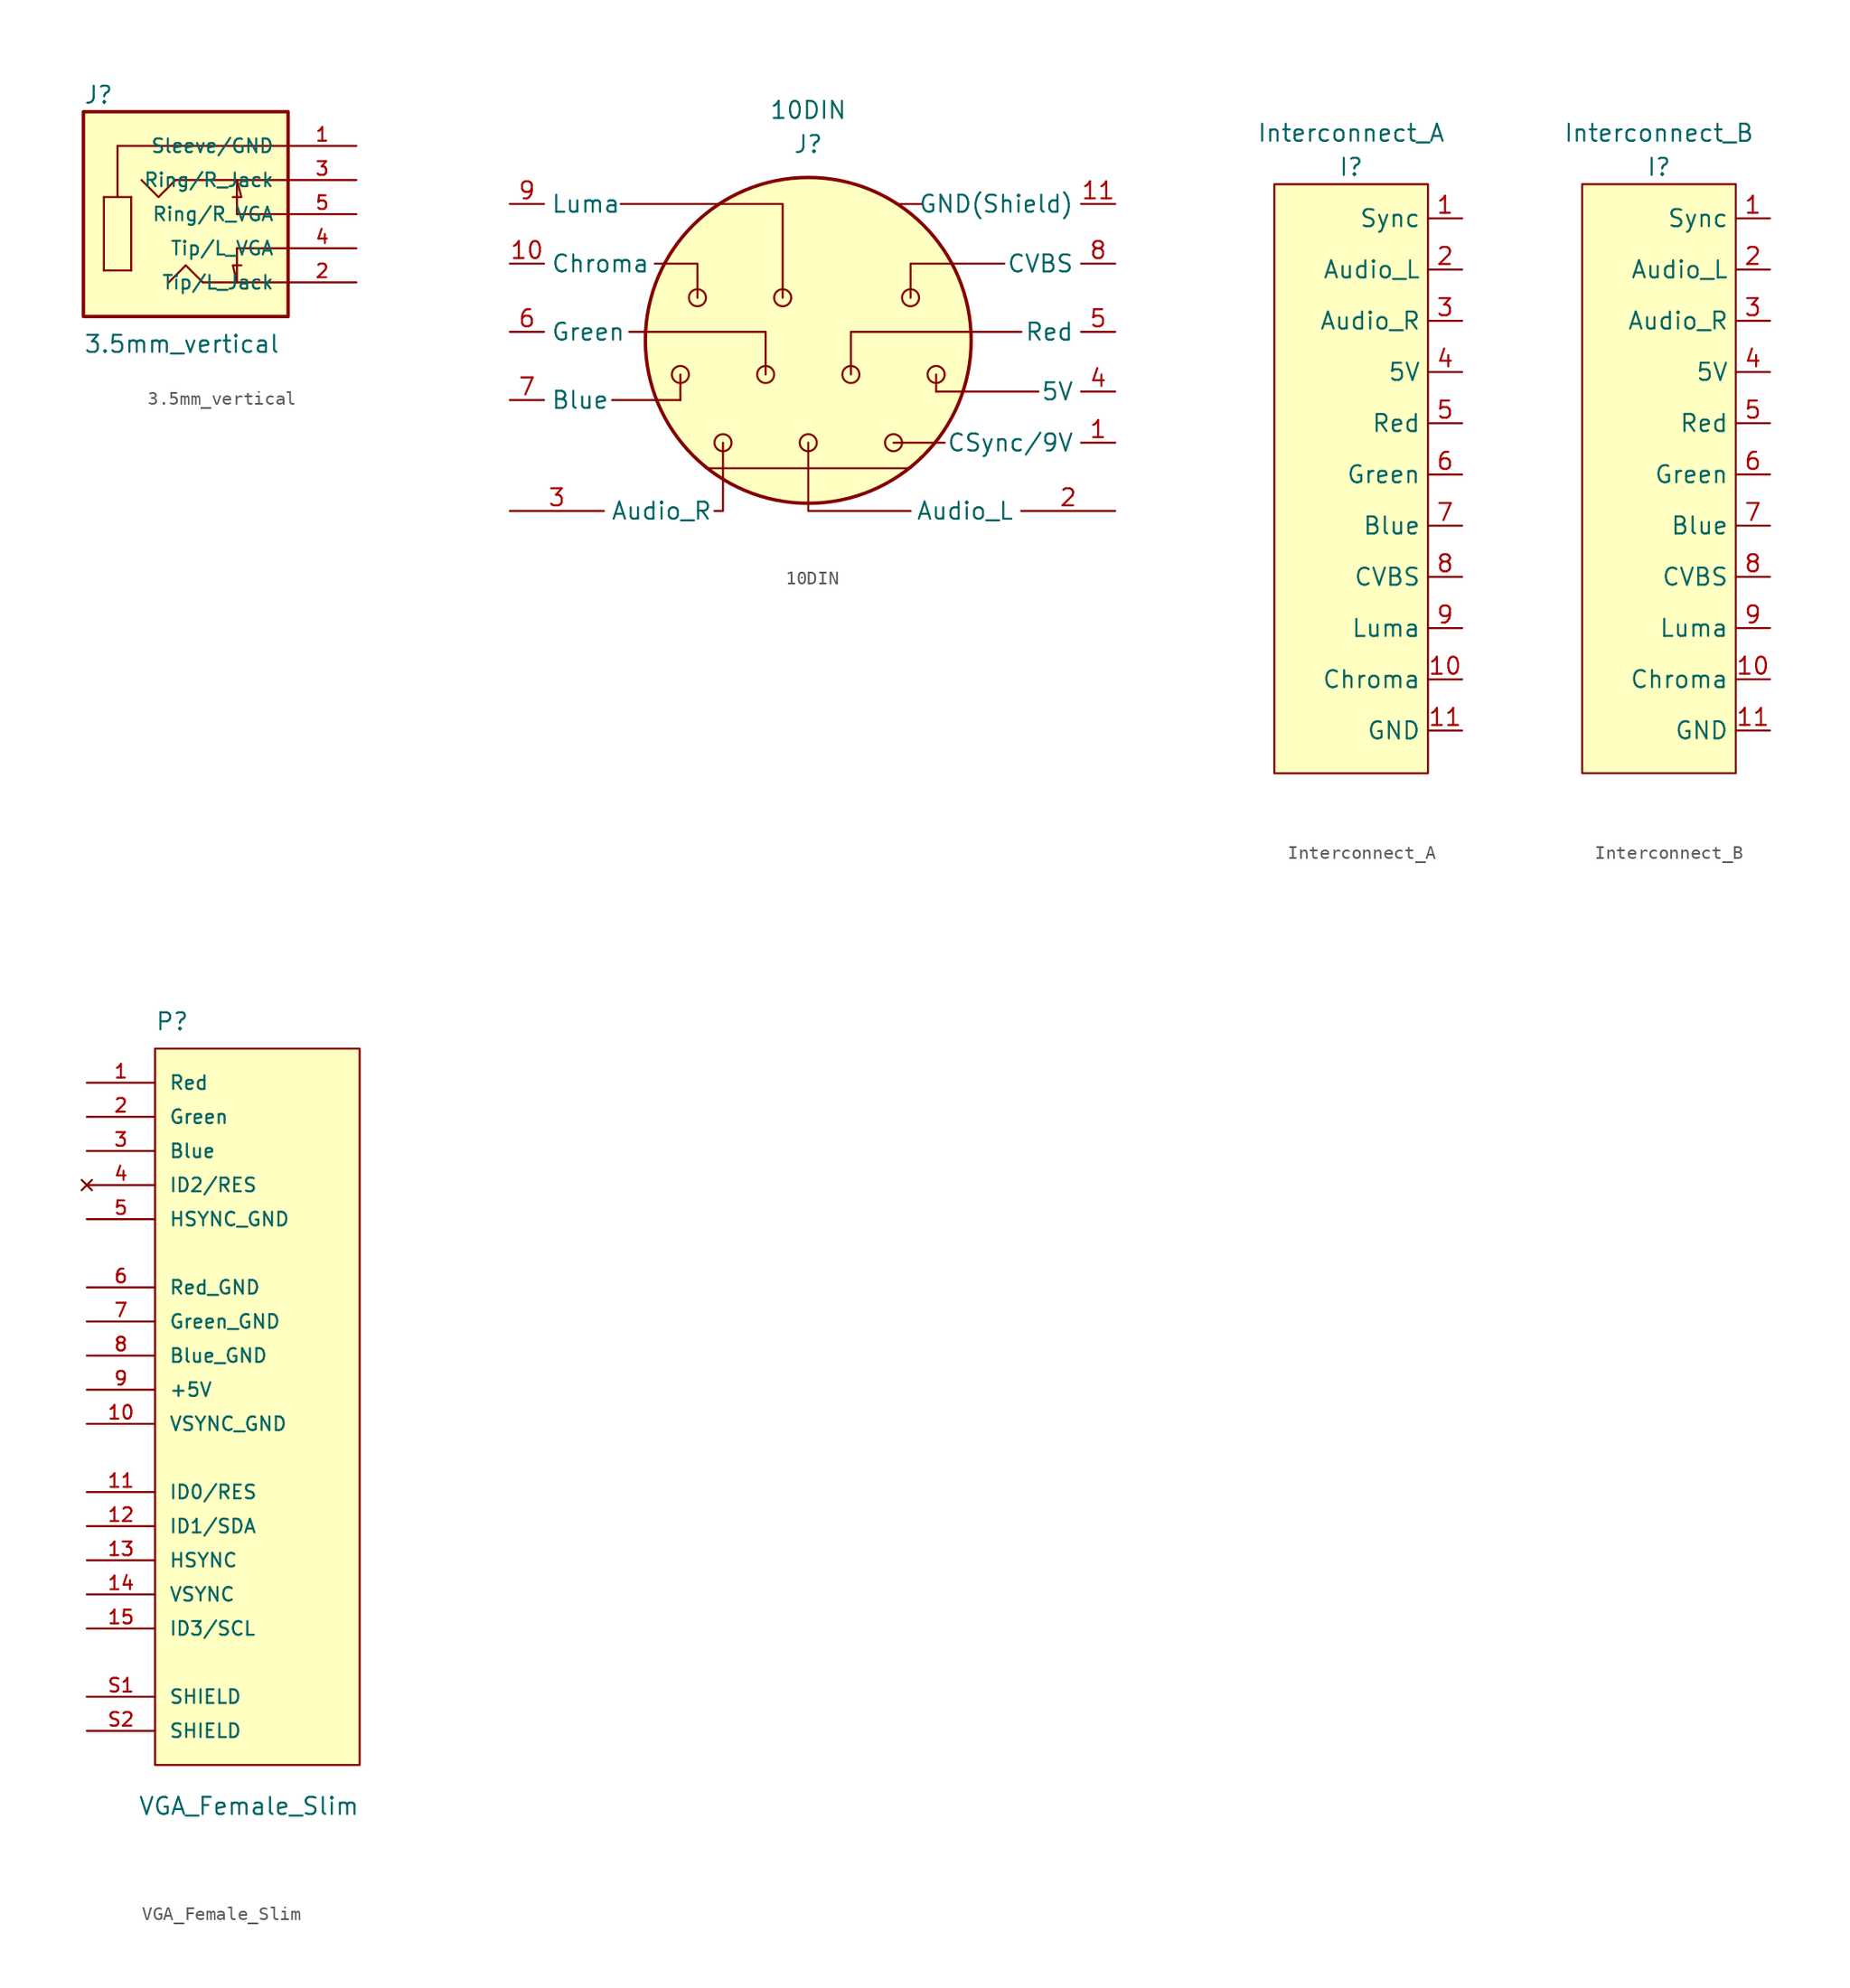
<source format=kicad_sym>
(kicad_symbol_lib
  (version 20211014)
  (generator kicad_symbol_editor)
  (symbol "3.5mm_vertical"
    (pin_names
      (offset 1.016))
    (property "Reference" "J"
      (at -7.62 8.128 0)
      (effects (font (size 1.27 1.27)) (justify left bottom)))
    (property "Value" "3.5mm_vertical"
      (at -7.62 -10.414 0)
      (effects (font (size 1.27 1.27)) (justify left bottom)))
    (symbol "3.5mm_vertical_0_0"
      (rectangle (start -7.62 7.62) (end 7.62 -7.62) (stroke (width 0.254) (type default) (color 0 0 0 0)) (fill (type background)))
      (polyline (pts (xy -6.096 -4.191) (xy -6.096 1.27)) (stroke (width 0.152) (type default) (color 0 0 0 0)) (fill (type none)))
      (polyline (pts (xy -6.096 1.27) (xy -5.08 1.27)) (stroke (width 0.152) (type default) (color 0 0 0 0)) (fill (type none)))
      (polyline (pts (xy -5.08 1.27) (xy -4.064 1.27)) (stroke (width 0.152) (type default) (color 0 0 0 0)) (fill (type none)))
      (polyline (pts (xy -5.08 5.08) (xy -5.08 1.27)) (stroke (width 0.152) (type default) (color 0 0 0 0)) (fill (type none)))
      (polyline (pts (xy -4.064 -4.191) (xy -6.096 -4.191)) (stroke (width 0.152) (type default) (color 0 0 0 0)) (fill (type none)))
      (polyline (pts (xy -4.064 1.27) (xy -4.064 -4.191)) (stroke (width 0.152) (type default) (color 0 0 0 0)) (fill (type none)))
      (polyline (pts (xy -2.032 1.27) (xy -3.302 2.54)) (stroke (width 0.152) (type default) (color 0 0 0 0)) (fill (type none)))
      (polyline (pts (xy -0.762 2.54) (xy -2.032 1.27)) (stroke (width 0.152) (type default) (color 0 0 0 0)) (fill (type none)))
      (polyline (pts (xy 0 -3.81) (xy -1.27 -5.08)) (stroke (width 0.152) (type default) (color 0 0 0 0)) (fill (type none)))
      (polyline (pts (xy 1.27 -5.08) (xy 0 -3.81)) (stroke (width 0.152) (type default) (color 0 0 0 0)) (fill (type none)))
      (polyline (pts (xy 3.81 -5.08) (xy 1.27 -5.08)) (stroke (width 0.152) (type default) (color 0 0 0 0)) (fill (type none)))
      (polyline (pts (xy 3.81 -5.08) (xy 3.81 -2.54)) (stroke (width 0.152) (type default) (color 0 0 0 0)) (fill (type none)))
      (polyline (pts (xy 3.81 0) (xy 3.81 2.54)) (stroke (width 0.152) (type default) (color 0 0 0 0)) (fill (type none)))
      (polyline (pts (xy 3.81 2.54) (xy -0.762 2.54)) (stroke (width 0.152) (type default) (color 0 0 0 0)) (fill (type none)))
      (polyline (pts (xy 7.62 -5.08) (xy 3.81 -5.08)) (stroke (width 0.152) (type default) (color 0 0 0 0)) (fill (type none)))
      (polyline (pts (xy 7.62 -2.54) (xy 3.81 -2.54)) (stroke (width 0.152) (type default) (color 0 0 0 0)) (fill (type none)))
      (polyline (pts (xy 7.62 0) (xy 3.81 0)) (stroke (width 0.152) (type default) (color 0 0 0 0)) (fill (type none)))
      (polyline (pts (xy 7.62 2.54) (xy 3.81 2.54)) (stroke (width 0.152) (type default) (color 0 0 0 0)) (fill (type none)))
      (polyline (pts (xy 7.62 5.08) (xy -5.08 5.08)) (stroke (width 0.152) (type default) (color 0 0 0 0)) (fill (type none)))
      (polyline (pts (xy 3.81 -5.08) (xy 3.505 -3.81) (xy 4.14 -3.81)) (stroke (width 0.152) (type default) (color 0 0 0 0)) (fill (type background)))
      (polyline (pts (xy 3.81 2.54) (xy 4.14 1.27) (xy 3.505 1.27)) (stroke (width 0.152) (type default) (color 0 0 0 0)) (fill (type background)))
      (pin passive line (at 12.7 5.08 180) (length 5.08) (name "Sleeve/GND" (effects (font (size 1.016 1.016)))) (number "1" (effects (font (size 1.016 1.016)))))
      (pin passive line (at 12.7 -5.08 180) (length 5.08) (name "Tip/L_Jack" (effects (font (size 1.016 1.016)))) (number "2" (effects (font (size 1.016 1.016)))))
      (pin passive line (at 12.7 2.54 180) (length 5.08) (name "Ring/R_Jack" (effects (font (size 1.016 1.016)))) (number "3" (effects (font (size 1.016 1.016)))))
      (pin passive line (at 12.7 -2.54 180) (length 5.08) (name "Tip/L_VGA" (effects (font (size 1.016 1.016)))) (number "4" (effects (font (size 1.016 1.016)))))
      (pin passive line (at 12.7 0 180) (length 5.08) (name "Ring/R_VGA" (effects (font (size 1.016 1.016)))) (number "5" (effects (font (size 1.016 1.016)))))))
  (symbol "10DIN"
    (property "Reference" "J"
      (at 0 14.605 0)
      (effects (font (size 1.27 1.27))))
    (property "Value" "10DIN"
      (at 0 17.145 0)
      (effects (font (size 1.27 1.27))))
    (symbol "10DIN_0_0"
      (circle (center -9.525 -2.54) (radius 0.635) (stroke (width 0.152) (type default) (color 0 0 0 0)) (fill (type none)))
      (circle (center -8.255 3.175) (radius 0.635) (stroke (width 0.152) (type default) (color 0 0 0 0)) (fill (type none)))
      (circle (center -6.35 -7.62) (radius 0.635) (stroke (width 0.152) (type default) (color 0 0 0 0)) (fill (type none)))
      (circle (center -3.175 -2.54) (radius 0.635) (stroke (width 0.152) (type default) (color 0 0 0 0)) (fill (type none)))
      (circle (center -1.905 3.175) (radius 0.635) (stroke (width 0.152) (type default) (color 0 0 0 0)) (fill (type none)))
      (circle (center 0 -7.62) (radius 0.635) (stroke (width 0.152) (type default) (color 0 0 0 0)) (fill (type none)))
      (polyline (pts (xy -14.605 -4.445) (xy -9.525 -4.445)) (stroke (width 0.152) (type default) (color 0 0 0 0)) (fill (type none)))
      (polyline (pts (xy -9.525 -4.445) (xy -9.525 -2.54)) (stroke (width 0.152) (type default) (color 0 0 0 0)) (fill (type none)))
      (polyline (pts (xy -7.62 -9.525) (xy 7.62 -9.525)) (stroke (width 0.152) (type default) (color 0 0 0 0)) (fill (type none)))
      (polyline (pts (xy 6.35 -7.62) (xy 10.16 -7.62)) (stroke (width 0.152) (type default) (color 0 0 0 0)) (fill (type none)))
      (polyline (pts (xy 8.454 10.156) (xy 6.549 10.156)) (stroke (width 0.152) (type default) (color 0 0 0 0)) (fill (type none)))
      (polyline (pts (xy 9.525 -3.81) (xy 9.525 -2.54)) (stroke (width 0.152) (type default) (color 0 0 0 0)) (fill (type none)))
      (polyline (pts (xy 17.145 -3.81) (xy 9.525 -3.81)) (stroke (width 0.152) (type default) (color 0 0 0 0)) (fill (type none)))
      (polyline (pts (xy -13.97 10.16) (xy -1.905 10.16) (xy -1.905 3.175)) (stroke (width 0.152) (type default) (color 0 0 0 0)) (fill (type none)))
      (polyline (pts (xy -13.335 0.635) (xy -3.175 0.635) (xy -3.175 -2.54)) (stroke (width 0.152) (type default) (color 0 0 0 0)) (fill (type none)))
      (polyline (pts (xy -11.43 5.715) (xy -8.255 5.715) (xy -8.255 3.175)) (stroke (width 0.152) (type default) (color 0 0 0 0)) (fill (type none)))
      (polyline (pts (xy -6.35 -7.62) (xy -6.35 -12.7) (xy -6.985 -12.7)) (stroke (width 0.152) (type default) (color 0 0 0 0)) (fill (type none)))
      (polyline (pts (xy 7.62 -12.7) (xy 0 -12.7) (xy 0 -7.62)) (stroke (width 0.152) (type default) (color 0 0 0 0)) (fill (type none)))
      (polyline (pts (xy 14.605 5.715) (xy 7.62 5.715) (xy 7.62 3.175)) (stroke (width 0.152) (type default) (color 0 0 0 0)) (fill (type none)))
      (polyline (pts (xy 15.875 0.635) (xy 3.175 0.635) (xy 3.175 -2.54)) (stroke (width 0.152) (type default) (color 0 0 0 0)) (fill (type none)))
      (circle (center 0 0) (radius 12.132) (stroke (width 0.254) (type default) (color 0 0 0 0)) (fill (type background)))
      (circle (center 3.175 -2.54) (radius 0.635) (stroke (width 0.152) (type default) (color 0 0 0 0)) (fill (type none)))
      (circle (center 6.35 -7.62) (radius 0.635) (stroke (width 0.152) (type default) (color 0 0 0 0)) (fill (type none)))
      (circle (center 7.62 3.175) (radius 0.635) (stroke (width 0.152) (type default) (color 0 0 0 0)) (fill (type none)))
      (circle (center 9.525 -2.54) (radius 0.635) (stroke (width 0.152) (type default) (color 0 0 0 0)) (fill (type none))))
    (symbol "10DIN_1_1"
      (pin input line (at 22.86 -7.62 180) (length 2.54) (name "CSync/9V" (effects (font (size 1.27 1.27)))) (number "1" (effects (font (size 1.27 1.27)))))
      (pin input line (at -22.225 5.715 0) (length 2.54) (name "Chroma" (effects (font (size 1.27 1.27)))) (number "10" (effects (font (size 1.27 1.27)))))
      (pin input line (at 22.86 10.16 180) (length 2.54) (name "GND(Shield)" (effects (font (size 1.27 1.27)))) (number "11" (effects (font (size 1.27 1.27)))))
      (pin input line (at 22.86 -12.7 180) (length 7) (name "Audio_L" (effects (font (size 1.27 1.27)))) (number "2" (effects (font (size 1.27 1.27)))))
      (pin input line (at -22.225 -12.7 0) (length 7) (name "Audio_R" (effects (font (size 1.27 1.27)))) (number "3" (effects (font (size 1.27 1.27)))))
      (pin input line (at 22.86 -3.81 180) (length 2.54) (name "5V" (effects (font (size 1.27 1.27)))) (number "4" (effects (font (size 1.27 1.27)))))
      (pin input line (at 22.86 0.635 180) (length 2.54) (name "Red" (effects (font (size 1.27 1.27)))) (number "5" (effects (font (size 1.27 1.27)))))
      (pin input line (at -22.225 0.635 0) (length 2.54) (name "Green" (effects (font (size 1.27 1.27)))) (number "6" (effects (font (size 1.27 1.27)))))
      (pin input line (at -22.225 -4.445 0) (length 2.54) (name "Blue" (effects (font (size 1.27 1.27)))) (number "7" (effects (font (size 1.27 1.27)))))
      (pin input line (at 22.86 5.715 180) (length 2.54) (name "CVBS" (effects (font (size 1.27 1.27)))) (number "8" (effects (font (size 1.27 1.27)))))
      (pin input line (at -22.225 10.16 0) (length 2.54) (name "Luma" (effects (font (size 1.27 1.27)))) (number "9" (effects (font (size 1.27 1.27)))))))
  (symbol "Interconnect_A"
    (property "Reference" "I"
      (at 5.715 1.27 0)
      (effects (font (size 1.27 1.27))))
    (property "Value" "Interconnect_A"
      (at 5.715 3.81 0)
      (effects (font (size 1.27 1.27))))
    (symbol "Interconnect_A_0_1"
      (rectangle (start 0 0) (end 11.43 -43.815) (stroke (width 0.152) (type default) (color 0 0 0 0)) (fill (type background))))
    (symbol "Interconnect_A_1_1"
      (pin input line (at 13.97 -2.54 180) (length 2.54) (name "Sync" (effects (font (size 1.27 1.27)))) (number "1" (effects (font (size 1.27 1.27)))))
      (pin input line (at 13.97 -36.83 180) (length 2.54) (name "Chroma" (effects (font (size 1.27 1.27)))) (number "10" (effects (font (size 1.27 1.27)))))
      (pin input line (at 13.97 -40.64 180) (length 2.54) (name "GND" (effects (font (size 1.27 1.27)))) (number "11" (effects (font (size 1.27 1.27)))))
      (pin input line (at 13.97 -6.35 180) (length 2.54) (name "Audio_L" (effects (font (size 1.27 1.27)))) (number "2" (effects (font (size 1.27 1.27)))))
      (pin input line (at 13.97 -10.16 180) (length 2.54) (name "Audio_R" (effects (font (size 1.27 1.27)))) (number "3" (effects (font (size 1.27 1.27)))))
      (pin input line (at 13.97 -13.97 180) (length 2.54) (name "5V" (effects (font (size 1.27 1.27)))) (number "4" (effects (font (size 1.27 1.27)))))
      (pin input line (at 13.97 -17.78 180) (length 2.54) (name "Red" (effects (font (size 1.27 1.27)))) (number "5" (effects (font (size 1.27 1.27)))))
      (pin input line (at 13.97 -21.59 180) (length 2.54) (name "Green" (effects (font (size 1.27 1.27)))) (number "6" (effects (font (size 1.27 1.27)))))
      (pin input line (at 13.97 -25.4 180) (length 2.54) (name "Blue" (effects (font (size 1.27 1.27)))) (number "7" (effects (font (size 1.27 1.27)))))
      (pin input line (at 13.97 -29.21 180) (length 2.54) (name "CVBS" (effects (font (size 1.27 1.27)))) (number "8" (effects (font (size 1.27 1.27)))))
      (pin input line (at 13.97 -33.02 180) (length 2.54) (name "Luma" (effects (font (size 1.27 1.27)))) (number "9" (effects (font (size 1.27 1.27)))))))
  (symbol "Interconnect_B"
    (property "Reference" "I"
      (at 5.715 1.27 0)
      (effects (font (size 1.27 1.27))))
    (property "Value" "Interconnect_B"
      (at 5.715 3.81 0)
      (effects (font (size 1.27 1.27))))
    (symbol "Interconnect_B_0_1"
      (rectangle (start 0 0) (end 11.43 -43.815) (stroke (width 0.152) (type default) (color 0 0 0 0)) (fill (type background))))
    (symbol "Interconnect_B_1_1"
      (pin input line (at 13.97 -2.54 180) (length 2.54) (name "Sync" (effects (font (size 1.27 1.27)))) (number "1" (effects (font (size 1.27 1.27)))))
      (pin input line (at 13.97 -36.83 180) (length 2.54) (name "Chroma" (effects (font (size 1.27 1.27)))) (number "10" (effects (font (size 1.27 1.27)))))
      (pin input line (at 13.97 -40.64 180) (length 2.54) (name "GND" (effects (font (size 1.27 1.27)))) (number "11" (effects (font (size 1.27 1.27)))))
      (pin input line (at 13.97 -6.35 180) (length 2.54) (name "Audio_L" (effects (font (size 1.27 1.27)))) (number "2" (effects (font (size 1.27 1.27)))))
      (pin input line (at 13.97 -10.16 180) (length 2.54) (name "Audio_R" (effects (font (size 1.27 1.27)))) (number "3" (effects (font (size 1.27 1.27)))))
      (pin input line (at 13.97 -13.97 180) (length 2.54) (name "5V" (effects (font (size 1.27 1.27)))) (number "4" (effects (font (size 1.27 1.27)))))
      (pin input line (at 13.97 -17.78 180) (length 2.54) (name "Red" (effects (font (size 1.27 1.27)))) (number "5" (effects (font (size 1.27 1.27)))))
      (pin input line (at 13.97 -21.59 180) (length 2.54) (name "Green" (effects (font (size 1.27 1.27)))) (number "6" (effects (font (size 1.27 1.27)))))
      (pin input line (at 13.97 -25.4 180) (length 2.54) (name "Blue" (effects (font (size 1.27 1.27)))) (number "7" (effects (font (size 1.27 1.27)))))
      (pin input line (at 13.97 -29.21 180) (length 2.54) (name "CVBS" (effects (font (size 1.27 1.27)))) (number "8" (effects (font (size 1.27 1.27)))))
      (pin input line (at 13.97 -33.02 180) (length 2.54) (name "Luma" (effects (font (size 1.27 1.27)))) (number "9" (effects (font (size 1.27 1.27)))))))
  (symbol "VGA_Female_Slim"
    (pin_names
      (offset 1.016))
    (property "Reference" "P"
      (at -7.62 26.67 0)
      (effects (font (size 1.27 1.27)) (justify left bottom)))
    (property "Value" "VGA_Female_Slim"
      (at -8.89 -31.75 0)
      (effects (font (size 1.27 1.27)) (justify left bottom)))
    (symbol "VGA_Female_Slim_0_0"
      (rectangle (start -7.62 -27.94) (end 7.62 25.4) (stroke (width 0.152) (type default) (color 0 0 0 0)) (fill (type background)))
      (pin passive line (at -12.7 22.86 0) (length 5.08) (name "Red" (effects (font (size 1.016 1.016)))) (number "1" (effects (font (size 1.016 1.016)))))
      (pin passive line (at -12.7 -2.54 0) (length 5.08) (name "VSYNC_GND" (effects (font (size 1.016 1.016)))) (number "10" (effects (font (size 1.016 1.016)))))
      (pin passive line (at -12.7 -7.62 0) (length 5.08) (name "ID0/RES" (effects (font (size 1.016 1.016)))) (number "11" (effects (font (size 1.016 1.016)))))
      (pin passive line (at -12.7 -10.16 0) (length 5.08) (name "ID1/SDA" (effects (font (size 1.016 1.016)))) (number "12" (effects (font (size 1.016 1.016)))))
      (pin passive line (at -12.7 -12.7 0) (length 5.08) (name "HSYNC" (effects (font (size 1.016 1.016)))) (number "13" (effects (font (size 1.016 1.016)))))
      (pin passive line (at -12.7 -15.24 0) (length 5.08) (name "VSYNC" (effects (font (size 1.016 1.016)))) (number "14" (effects (font (size 1.016 1.016)))))
      (pin passive line (at -12.7 -17.78 0) (length 5.08) (name "ID3/SCL" (effects (font (size 1.016 1.016)))) (number "15" (effects (font (size 1.016 1.016)))))
      (pin passive line (at -12.7 20.32 0) (length 5.08) (name "Green" (effects (font (size 1.016 1.016)))) (number "2" (effects (font (size 1.016 1.016)))))
      (pin passive line (at -12.7 17.78 0) (length 5.08) (name "Blue" (effects (font (size 1.016 1.016)))) (number "3" (effects (font (size 1.016 1.016)))))
      (pin no_connect line (at -12.7 15.24 0) (length 5.08) (name "ID2/RES" (effects (font (size 1.016 1.016)))) (number "4" (effects (font (size 1.016 1.016)))))
      (pin passive line (at -12.7 12.7 0) (length 5.08) (name "HSYNC_GND" (effects (font (size 1.016 1.016)))) (number "5" (effects (font (size 1.016 1.016)))))
      (pin passive line (at -12.7 7.62 0) (length 5.08) (name "Red_GND" (effects (font (size 1.016 1.016)))) (number "6" (effects (font (size 1.016 1.016)))))
      (pin passive line (at -12.7 5.08 0) (length 5.08) (name "Green_GND" (effects (font (size 1.016 1.016)))) (number "7" (effects (font (size 1.016 1.016)))))
      (pin passive line (at -12.7 2.54 0) (length 5.08) (name "Blue_GND" (effects (font (size 1.016 1.016)))) (number "8" (effects (font (size 1.016 1.016)))))
      (pin passive line (at -12.7 0 0) (length 5.08) (name "+5V" (effects (font (size 1.016 1.016)))) (number "9" (effects (font (size 1.016 1.016)))))
      (pin passive line (at -12.7 -22.86 0) (length 5.08) (name "SHIELD" (effects (font (size 1.016 1.016)))) (number "S1" (effects (font (size 1.016 1.016)))))
      (pin passive line (at -12.7 -25.4 0) (length 5.08) (name "SHIELD" (effects (font (size 1.016 1.016)))) (number "S2" (effects (font (size 1.016 1.016))))))))
</source>
